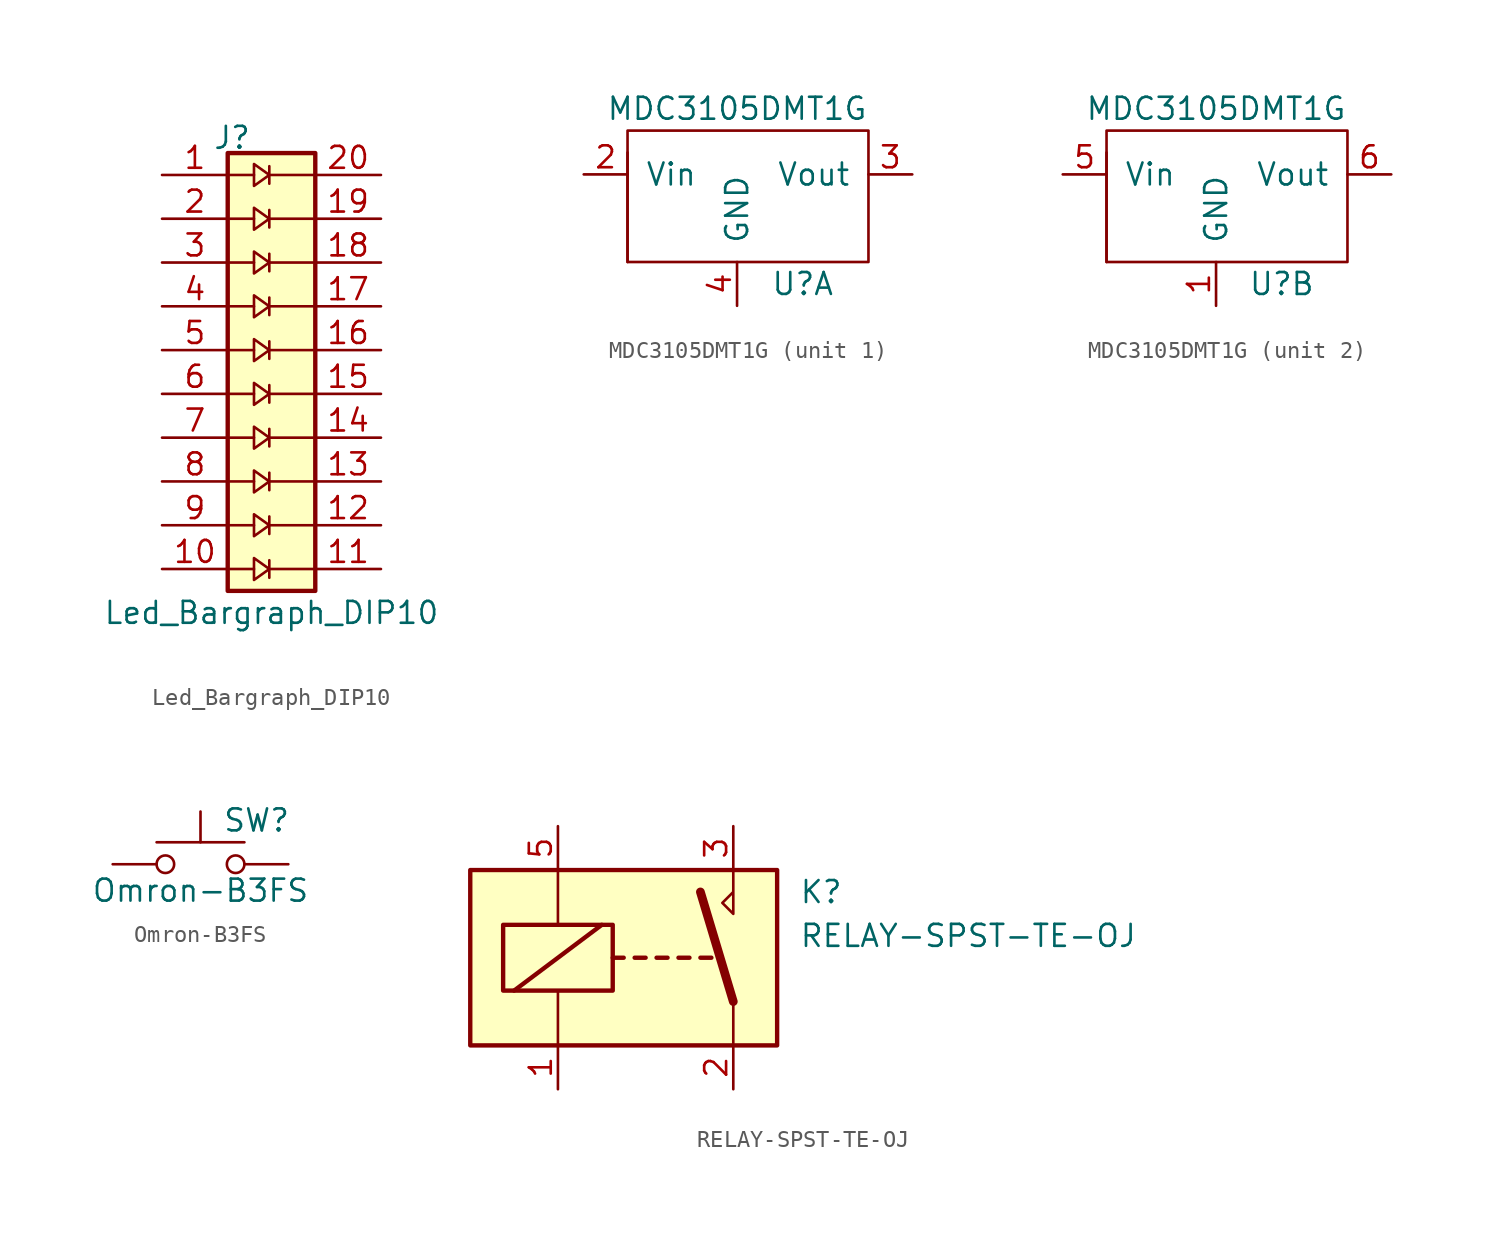
<source format=kicad_sym>
(kicad_symbol_lib
  (version 20231120)
  (generator "kicad_symbol_editor")
  (generator_version "8.0")
  (symbol "Led_Bargraph_DIP10"
    (pin_names
      (offset 1.016) hide)
    (property "Reference" "J"
      (at -1.016 12.319 0)
      (effects (font (size 1.27 1.27))))
    (property "Value" "Led_Bargraph_DIP10"
      (at 1.27 -15.24 0)
      (effects (font (size 1.27 1.27))))
    (symbol "Led_Bargraph_DIP10_0_1"
      (polyline (pts (xy 1.143 10.16) (xy 3.683 10.16)) (stroke (width 0) (type default)) (fill (type none)))
      (polyline (pts (xy 1.143 10.668) (xy 1.143 9.652)) (stroke (width 0) (type default)) (fill (type none)))
      (polyline (pts (xy -1.143 10.16) (xy 0.254 10.16) (xy 0.127 10.16)) (stroke (width 0) (type default)) (fill (type none)))
      (polyline (pts (xy 0.254 10.795) (xy 0.254 9.525) (xy 1.143 10.16) (xy 0.254 10.795)) (stroke (width 0) (type default)) (fill (type none))))
    (symbol "Led_Bargraph_DIP10_1_1"
      (rectangle (start -1.27 11.43) (end 3.81 -13.97) (stroke (width 0.254) (type default)) (fill (type background)))
      (polyline (pts (xy 1.143 -12.7) (xy 3.683 -12.7)) (stroke (width 0) (type default)) (fill (type none)))
      (polyline (pts (xy 1.143 -12.192) (xy 1.143 -13.208)) (stroke (width 0) (type default)) (fill (type none)))
      (polyline (pts (xy 1.143 -10.16) (xy 3.683 -10.16)) (stroke (width 0) (type default)) (fill (type none)))
      (polyline (pts (xy 1.143 -9.652) (xy 1.143 -10.668)) (stroke (width 0) (type default)) (fill (type none)))
      (polyline (pts (xy 1.143 -7.62) (xy 3.683 -7.62)) (stroke (width 0) (type default)) (fill (type none)))
      (polyline (pts (xy 1.143 -7.112) (xy 1.143 -8.128)) (stroke (width 0) (type default)) (fill (type none)))
      (polyline (pts (xy 1.143 -5.08) (xy 3.683 -5.08)) (stroke (width 0) (type default)) (fill (type none)))
      (polyline (pts (xy 1.143 -4.572) (xy 1.143 -5.588)) (stroke (width 0) (type default)) (fill (type none)))
      (polyline (pts (xy 1.143 -2.54) (xy 3.683 -2.54)) (stroke (width 0) (type default)) (fill (type none)))
      (polyline (pts (xy 1.143 -2.032) (xy 1.143 -3.048)) (stroke (width 0) (type default)) (fill (type none)))
      (polyline (pts (xy 1.143 0) (xy 3.683 0)) (stroke (width 0) (type default)) (fill (type none)))
      (polyline (pts (xy 1.143 0.508) (xy 1.143 -0.508)) (stroke (width 0) (type default)) (fill (type none)))
      (polyline (pts (xy 1.143 2.54) (xy 3.683 2.54)) (stroke (width 0) (type default)) (fill (type none)))
      (polyline (pts (xy 1.143 3.048) (xy 1.143 2.032)) (stroke (width 0) (type default)) (fill (type none)))
      (polyline (pts (xy 1.143 5.08) (xy 3.683 5.08)) (stroke (width 0) (type default)) (fill (type none)))
      (polyline (pts (xy 1.143 5.588) (xy 1.143 4.572)) (stroke (width 0) (type default)) (fill (type none)))
      (polyline (pts (xy 1.143 7.62) (xy 3.683 7.62)) (stroke (width 0) (type default)) (fill (type none)))
      (polyline (pts (xy 1.143 8.128) (xy 1.143 7.112)) (stroke (width 0) (type default)) (fill (type none)))
      (polyline (pts (xy -1.143 -12.7) (xy 0.254 -12.7) (xy 0.127 -12.7)) (stroke (width 0) (type default)) (fill (type none)))
      (polyline (pts (xy -1.143 -10.16) (xy 0.254 -10.16) (xy 0.127 -10.16)) (stroke (width 0) (type default)) (fill (type none)))
      (polyline (pts (xy -1.143 -7.62) (xy 0.254 -7.62) (xy 0.127 -7.62)) (stroke (width 0) (type default)) (fill (type none)))
      (polyline (pts (xy -1.143 -5.08) (xy 0.254 -5.08) (xy 0.127 -5.08)) (stroke (width 0) (type default)) (fill (type none)))
      (polyline (pts (xy -1.143 -2.54) (xy 0.254 -2.54) (xy 0.127 -2.54)) (stroke (width 0) (type default)) (fill (type none)))
      (polyline (pts (xy -1.143 0) (xy 0.254 0) (xy 0.127 0)) (stroke (width 0) (type default)) (fill (type none)))
      (polyline (pts (xy -1.143 2.54) (xy 0.254 2.54) (xy 0.127 2.54)) (stroke (width 0) (type default)) (fill (type none)))
      (polyline (pts (xy -1.143 5.08) (xy 0.254 5.08) (xy 0.127 5.08)) (stroke (width 0) (type default)) (fill (type none)))
      (polyline (pts (xy -1.143 7.62) (xy 0.254 7.62) (xy 0.127 7.62)) (stroke (width 0) (type default)) (fill (type none)))
      (polyline (pts (xy 0.254 -12.065) (xy 0.254 -13.335) (xy 1.143 -12.7) (xy 0.254 -12.065)) (stroke (width 0) (type default)) (fill (type none)))
      (polyline (pts (xy 0.254 -9.525) (xy 0.254 -10.795) (xy 1.143 -10.16) (xy 0.254 -9.525)) (stroke (width 0) (type default)) (fill (type none)))
      (polyline (pts (xy 0.254 -6.985) (xy 0.254 -8.255) (xy 1.143 -7.62) (xy 0.254 -6.985)) (stroke (width 0) (type default)) (fill (type none)))
      (polyline (pts (xy 0.254 -4.445) (xy 0.254 -5.715) (xy 1.143 -5.08) (xy 0.254 -4.445)) (stroke (width 0) (type default)) (fill (type none)))
      (polyline (pts (xy 0.254 -1.905) (xy 0.254 -3.175) (xy 1.143 -2.54) (xy 0.254 -1.905)) (stroke (width 0) (type default)) (fill (type none)))
      (polyline (pts (xy 0.254 0.635) (xy 0.254 -0.635) (xy 1.143 0) (xy 0.254 0.635)) (stroke (width 0) (type default)) (fill (type none)))
      (polyline (pts (xy 0.254 3.175) (xy 0.254 1.905) (xy 1.143 2.54) (xy 0.254 3.175)) (stroke (width 0) (type default)) (fill (type none)))
      (polyline (pts (xy 0.254 5.715) (xy 0.254 4.445) (xy 1.143 5.08) (xy 0.254 5.715)) (stroke (width 0) (type default)) (fill (type none)))
      (polyline (pts (xy 0.254 8.255) (xy 0.254 6.985) (xy 1.143 7.62) (xy 0.254 8.255)) (stroke (width 0) (type default)) (fill (type none)))
      (pin passive line (at -5.08 10.16 0) (length 3.81) (name "Pin_1" (effects (font (size 1.27 1.27)))) (number "1" (effects (font (size 1.27 1.27)))))
      (pin passive line (at -5.08 -12.7 0) (length 3.81) (name "Pin_10" (effects (font (size 1.27 1.27)))) (number "10" (effects (font (size 1.27 1.27)))))
      (pin passive line (at 7.62 -12.7 180) (length 3.81) (name "Pin_11" (effects (font (size 1.27 1.27)))) (number "11" (effects (font (size 1.27 1.27)))))
      (pin passive line (at 7.62 -10.16 180) (length 3.81) (name "Pin_12" (effects (font (size 1.27 1.27)))) (number "12" (effects (font (size 1.27 1.27)))))
      (pin passive line (at 7.62 -7.62 180) (length 3.81) (name "Pin_13" (effects (font (size 1.27 1.27)))) (number "13" (effects (font (size 1.27 1.27)))))
      (pin passive line (at 7.62 -5.08 180) (length 3.81) (name "Pin_14" (effects (font (size 1.27 1.27)))) (number "14" (effects (font (size 1.27 1.27)))))
      (pin passive line (at 7.62 -2.54 180) (length 3.81) (name "Pin_15" (effects (font (size 1.27 1.27)))) (number "15" (effects (font (size 1.27 1.27)))))
      (pin passive line (at 7.62 0 180) (length 3.81) (name "Pin_16" (effects (font (size 1.27 1.27)))) (number "16" (effects (font (size 1.27 1.27)))))
      (pin passive line (at 7.62 2.54 180) (length 3.81) (name "Pin_17" (effects (font (size 1.27 1.27)))) (number "17" (effects (font (size 1.27 1.27)))))
      (pin passive line (at 7.62 5.08 180) (length 3.81) (name "Pin_18" (effects (font (size 1.27 1.27)))) (number "18" (effects (font (size 1.27 1.27)))))
      (pin passive line (at 7.62 7.62 180) (length 3.81) (name "Pin_19" (effects (font (size 1.27 1.27)))) (number "19" (effects (font (size 1.27 1.27)))))
      (pin passive line (at -5.08 7.62 0) (length 3.81) (name "Pin_2" (effects (font (size 1.27 1.27)))) (number "2" (effects (font (size 1.27 1.27)))))
      (pin passive line (at 7.62 10.16 180) (length 3.81) (name "Pin_20" (effects (font (size 1.27 1.27)))) (number "20" (effects (font (size 1.27 1.27)))))
      (pin passive line (at -5.08 5.08 0) (length 3.81) (name "Pin_3" (effects (font (size 1.27 1.27)))) (number "3" (effects (font (size 1.27 1.27)))))
      (pin passive line (at -5.08 2.54 0) (length 3.81) (name "Pin_4" (effects (font (size 1.27 1.27)))) (number "4" (effects (font (size 1.27 1.27)))))
      (pin passive line (at -5.08 0 0) (length 3.81) (name "Pin_5" (effects (font (size 1.27 1.27)))) (number "5" (effects (font (size 1.27 1.27)))))
      (pin passive line (at -5.08 -2.54 0) (length 3.81) (name "Pin_6" (effects (font (size 1.27 1.27)))) (number "6" (effects (font (size 1.27 1.27)))))
      (pin passive line (at -5.08 -5.08 0) (length 3.81) (name "Pin_7" (effects (font (size 1.27 1.27)))) (number "7" (effects (font (size 1.27 1.27)))))
      (pin passive line (at -5.08 -7.62 0) (length 3.81) (name "Pin_8" (effects (font (size 1.27 1.27)))) (number "8" (effects (font (size 1.27 1.27)))))
      (pin passive line (at -5.08 -10.16 0) (length 3.81) (name "Pin_9" (effects (font (size 1.27 1.27)))) (number "9" (effects (font (size 1.27 1.27)))))))
  (symbol "MDC3105DMT1G"
    (pin_names
      (offset 1.016))
    (property "Reference" "U"
      (at 3.81 12.7 0)
      (effects (font (size 1.27 1.27))))
    (property "Value" "MDC3105DMT1G"
      (at 0 22.86 0)
      (effects (font (size 1.27 1.27))))
    (symbol "MDC3105DMT1G_0_1"
      (rectangle (start -6.35 13.97) (end 7.62 21.59) (stroke (width 0) (type default)) (fill (type none)))
      (rectangle (start -6.35 20.32) (end -6.35 13.97) (stroke (width 0) (type default)) (fill (type none))))
    (symbol "MDC3105DMT1G_1_1"
      (pin passive line (at -8.89 19.05 0) (length 2.54) (name "Vin" (effects (font (size 1.27 1.27)))) (number "2" (effects (font (size 1.27 1.27)))))
      (pin passive line (at 10.16 19.05 180) (length 2.54) (name "Vout" (effects (font (size 1.27 1.27)))) (number "3" (effects (font (size 1.27 1.27)))))
      (pin passive line (at 0 11.43 90) (length 2.54) (name "GND" (effects (font (size 1.27 1.27)))) (number "4" (effects (font (size 1.27 1.27))))))
    (symbol "MDC3105DMT1G_2_1"
      (pin passive line (at 0 11.43 90) (length 2.54) (name "GND" (effects (font (size 1.27 1.27)))) (number "1" (effects (font (size 1.27 1.27)))))
      (pin passive line (at -8.89 19.05 0) (length 2.54) (name "Vin" (effects (font (size 1.27 1.27)))) (number "5" (effects (font (size 1.27 1.27)))))
      (pin passive line (at 10.16 19.05 180) (length 2.54) (name "Vout" (effects (font (size 1.27 1.27)))) (number "6" (effects (font (size 1.27 1.27)))))))
  (symbol "Omron-B3FS"
    (pin_numbers hide)
    (pin_names
      (offset 1.016) hide)
    (property "Reference" "SW"
      (at 1.27 2.54 0)
      (effects (font (size 1.27 1.27)) (justify left)))
    (property "Value" "Omron-B3FS"
      (at 0 -1.524 0)
      (effects (font (size 1.27 1.27))))
    (symbol "Omron-B3FS_0_1"
      (circle (center -2.032 0) (radius 0.508) (stroke (width 0) (type default)) (fill (type none)))
      (polyline (pts (xy 0 1.27) (xy 0 3.048)) (stroke (width 0) (type default)) (fill (type none)))
      (polyline (pts (xy 2.54 1.27) (xy -2.54 1.27)) (stroke (width 0) (type default)) (fill (type none)))
      (circle (center 2.032 0) (radius 0.508) (stroke (width 0) (type default)) (fill (type none)))
      (pin passive line (at -5.08 0 0) (length 2.54) (name "~" (effects (font (size 1.27 1.27)))) (number "1" (effects (font (size 1.27 1.27)))))
      (pin passive line (at -5.08 0 0) (length 2.54) hide (name "~" (effects (font (size 1.27 1.27)))) (number "2" (effects (font (size 1.27 1.27)))))
      (pin passive line (at 5.08 0 180) (length 2.54) (name "~" (effects (font (size 1.27 1.27)))) (number "3" (effects (font (size 1.27 1.27)))))
      (pin passive line (at 5.08 0 180) (length 2.54) hide (name "~" (effects (font (size 1.27 1.27)))) (number "4" (effects (font (size 1.27 1.27)))))))
  (symbol "RELAY-SPST-TE-OJ"
    (property "Reference" "K"
      (at 8.89 3.81 0)
      (effects (font (size 1.27 1.27)) (justify left)))
    (property "Value" "RELAY-SPST-TE-OJ"
      (at 8.89 1.27 0)
      (effects (font (size 1.27 1.27)) (justify left)))
    (symbol "RELAY-SPST-TE-OJ_0_0"
      (polyline (pts (xy 5.08 5.08) (xy 5.08 2.54) (xy 4.445 3.175) (xy 5.08 3.81)) (stroke (width 0) (type default)) (fill (type none))))
    (symbol "RELAY-SPST-TE-OJ_0_1"
      (rectangle (start -10.16 5.08) (end 7.62 -5.08) (stroke (width 0.254) (type default)) (fill (type background)))
      (rectangle (start -8.255 1.905) (end -1.905 -1.905) (stroke (width 0.254) (type default)) (fill (type none)))
      (polyline (pts (xy -7.62 -1.905) (xy -2.54 1.905)) (stroke (width 0.254) (type default)) (fill (type none)))
      (polyline (pts (xy -5.08 -5.08) (xy -5.08 -1.905)) (stroke (width 0) (type default)) (fill (type none)))
      (polyline (pts (xy -5.08 5.08) (xy -5.08 1.905)) (stroke (width 0) (type default)) (fill (type none)))
      (polyline (pts (xy -1.905 0) (xy -1.27 0)) (stroke (width 0.254) (type default)) (fill (type none)))
      (polyline (pts (xy -0.635 0) (xy 0 0)) (stroke (width 0.254) (type default)) (fill (type none)))
      (polyline (pts (xy 0.635 0) (xy 1.27 0)) (stroke (width 0.254) (type default)) (fill (type none)))
      (polyline (pts (xy 1.905 0) (xy 2.54 0)) (stroke (width 0.254) (type default)) (fill (type none)))
      (polyline (pts (xy 3.175 0) (xy 3.81 0)) (stroke (width 0.254) (type default)) (fill (type none)))
      (polyline (pts (xy 5.08 -2.54) (xy 3.175 3.81)) (stroke (width 0.508) (type default)) (fill (type none)))
      (polyline (pts (xy 5.08 -2.54) (xy 5.08 -5.08)) (stroke (width 0) (type default)) (fill (type none))))
    (symbol "RELAY-SPST-TE-OJ_1_1"
      (pin passive line (at -5.08 -7.62 90) (length 2.54) (name "~" (effects (font (size 1.27 1.27)))) (number "1" (effects (font (size 1.27 1.27)))))
      (pin passive line (at 5.08 -7.62 90) (length 2.54) (name "~" (effects (font (size 1.27 1.27)))) (number "2" (effects (font (size 1.27 1.27)))))
      (pin passive line (at 5.08 7.62 270) (length 2.54) (name "~" (effects (font (size 1.27 1.27)))) (number "3" (effects (font (size 1.27 1.27)))))
      (pin passive line (at -5.08 7.62 270) (length 2.54) (name "~" (effects (font (size 1.27 1.27)))) (number "5" (effects (font (size 1.27 1.27))))))))
</source>
